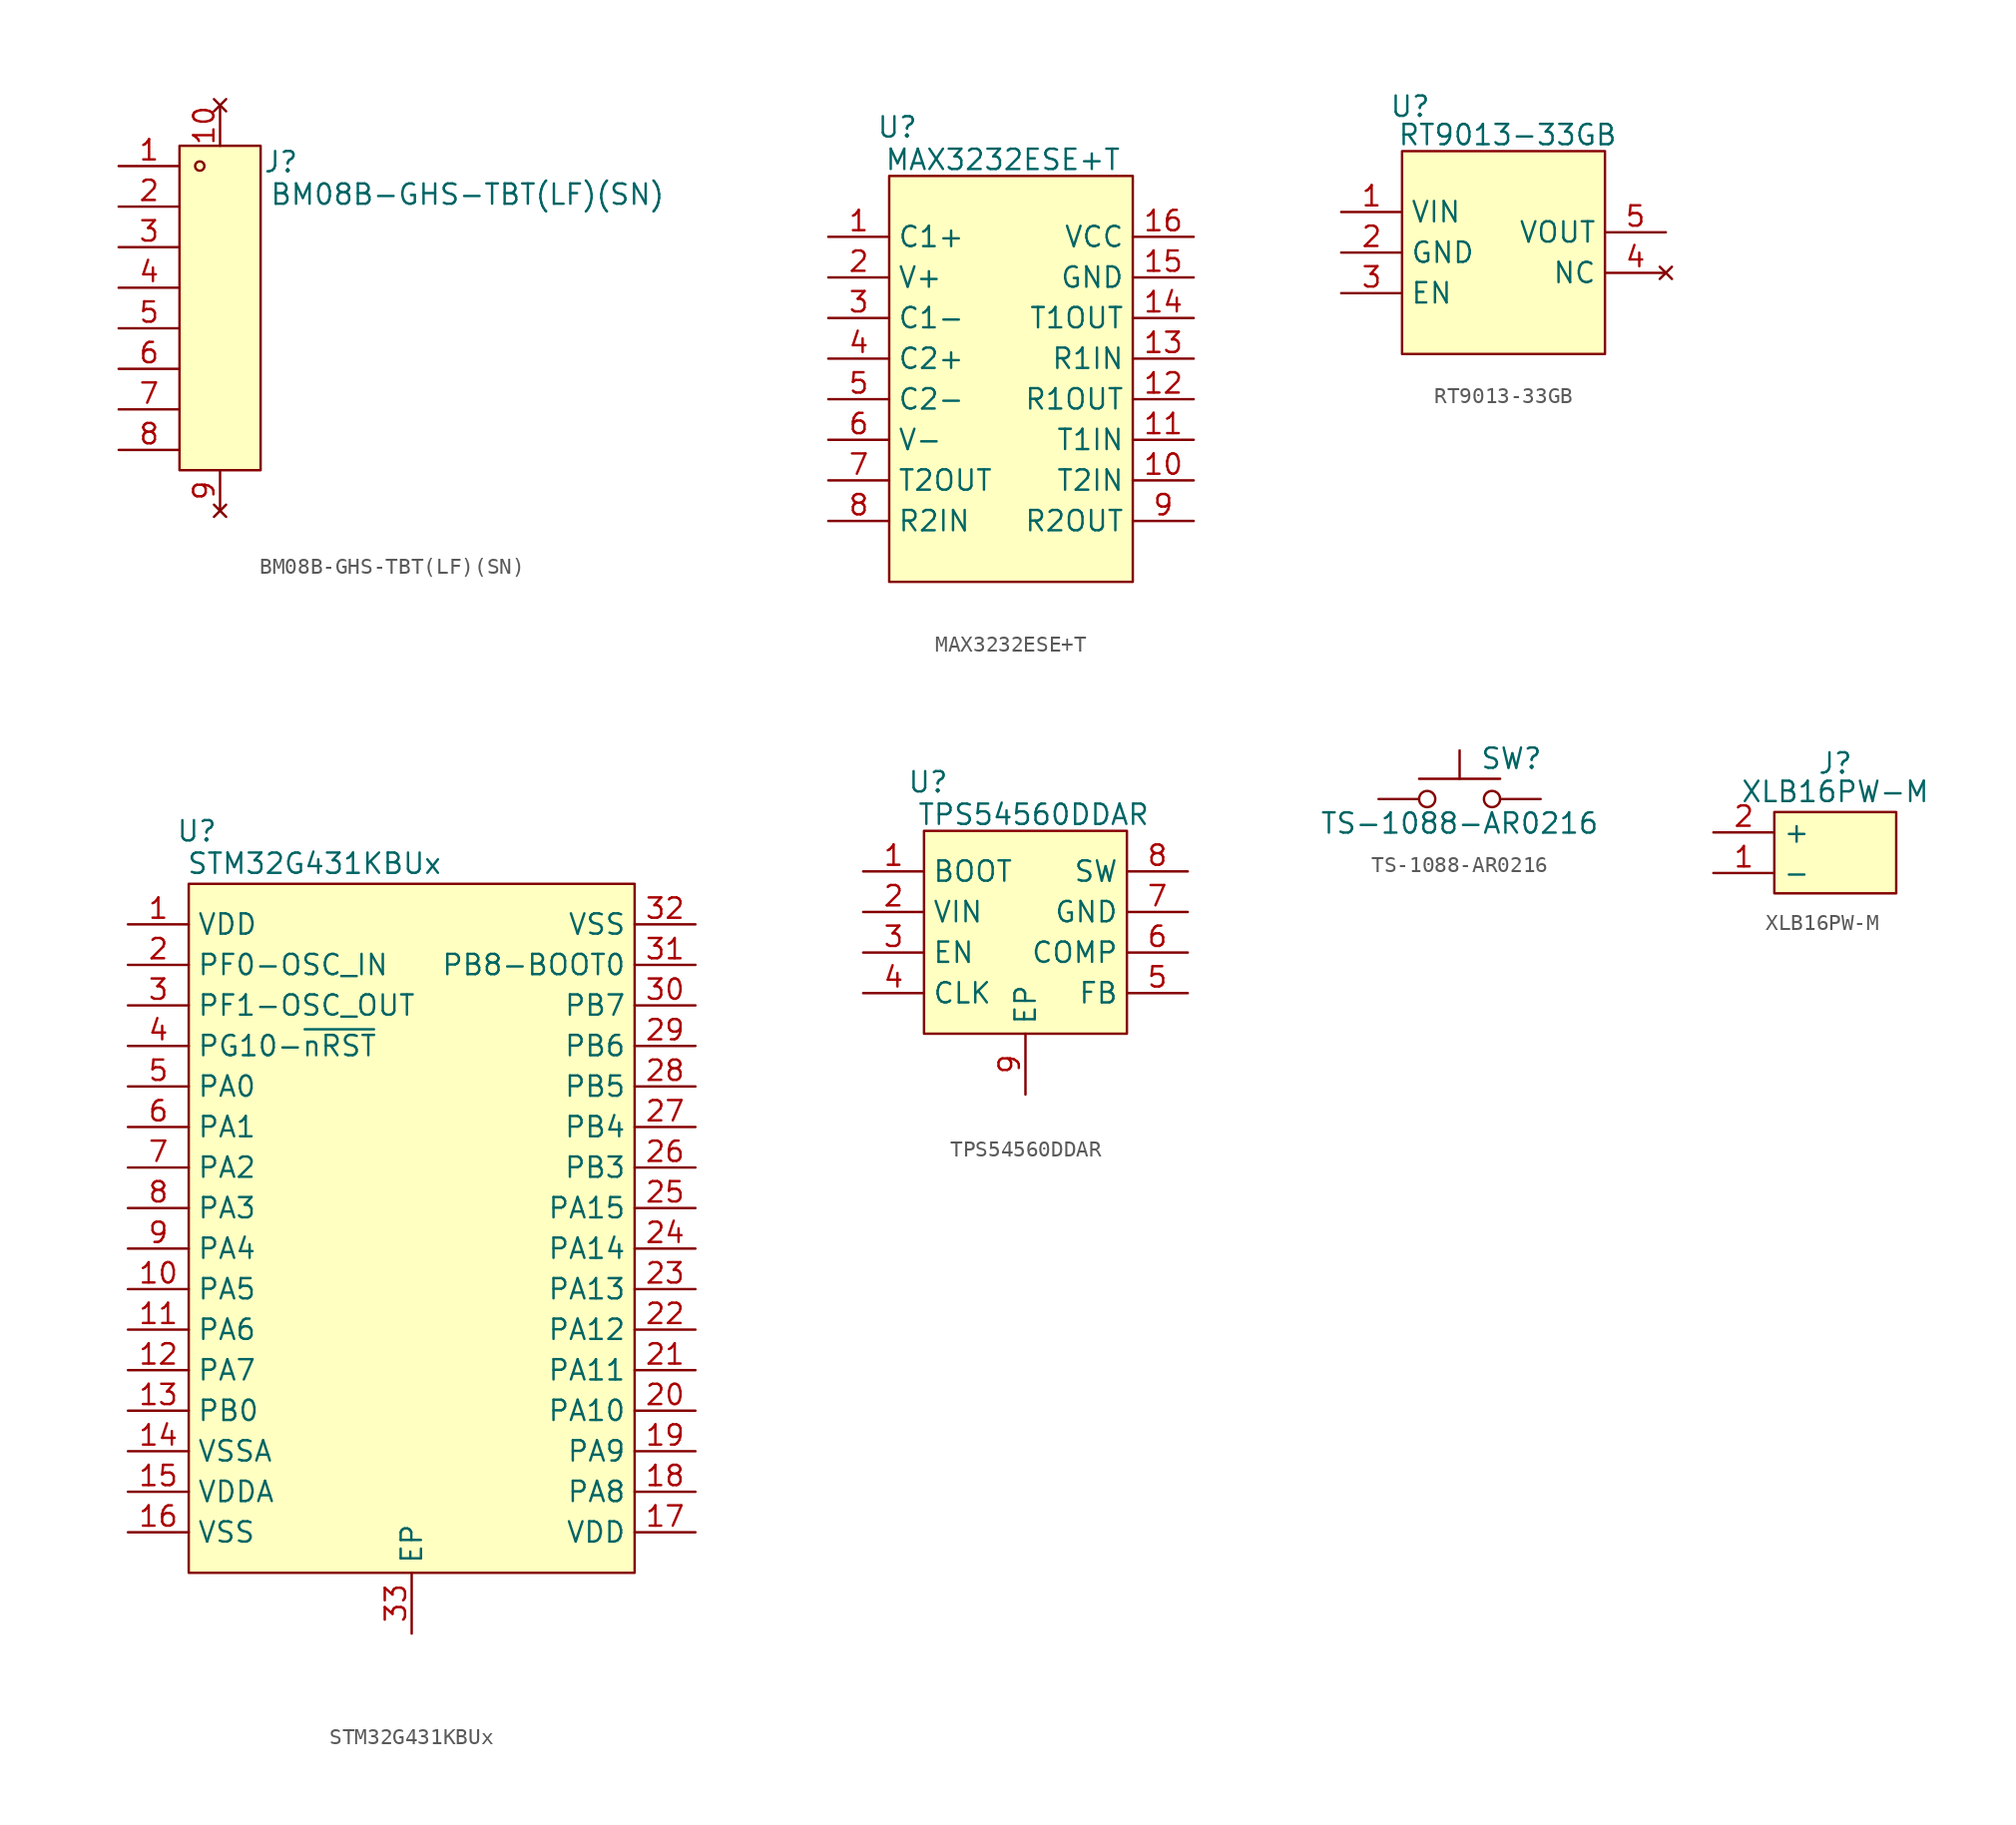
<source format=kicad_sym>
(kicad_symbol_lib
  (version 20241209)
  (generator "kicad_symbol_editor")
  (generator_version "9.0")
  (symbol "BM08B-GHS-TBT(LF)(SN)"
    (property "Reference" "J"
      (at 3.81 9.144 0)
      (effects (font (size 1.27 1.27))))
    (property "Value" "BM08B-GHS-TBT(LF)(SN)"
      (at 15.494 7.112 0)
      (effects (font (size 1.27 1.27))))
    (symbol "BM08B-GHS-TBT(LF)(SN)_0_0"
      (pin free line (at -6.35 8.89 0) (length 3.81) (name "" (effects (font (size 1.27 1.27)))) (number "1" (effects (font (size 1.27 1.27)))))
      (pin free line (at -6.35 6.35 0) (length 3.81) (name "" (effects (font (size 1.27 1.27)))) (number "2" (effects (font (size 1.27 1.27)))))
      (pin free line (at -6.35 3.81 0) (length 3.81) (name "" (effects (font (size 1.27 1.27)))) (number "3" (effects (font (size 1.27 1.27)))))
      (pin free line (at -6.35 1.27 0) (length 3.81) (name "" (effects (font (size 1.27 1.27)))) (number "4" (effects (font (size 1.27 1.27)))))
      (pin free line (at -6.35 -1.27 0) (length 3.81) (name "" (effects (font (size 1.27 1.27)))) (number "5" (effects (font (size 1.27 1.27)))))
      (pin free line (at -6.35 -3.81 0) (length 3.81) (name "" (effects (font (size 1.27 1.27)))) (number "6" (effects (font (size 1.27 1.27)))))
      (pin free line (at -6.35 -6.35 0) (length 3.81) (name "" (effects (font (size 1.27 1.27)))) (number "7" (effects (font (size 1.27 1.27)))))
      (pin free line (at -6.35 -8.89 0) (length 3.81) (name "" (effects (font (size 1.27 1.27)))) (number "8" (effects (font (size 1.27 1.27)))))
      (pin no_connect line (at 0 12.7 270) (length 2.54) (name "" (effects (font (size 1.27 1.27)))) (number "10" (effects (font (size 1.27 1.27)))))
      (pin no_connect line (at 0 -12.7 90) (length 2.54) (name "" (effects (font (size 1.27 1.27)))) (number "9" (effects (font (size 1.27 1.27))))))
    (symbol "BM08B-GHS-TBT(LF)(SN)_0_1"
      (rectangle (start -2.54 10.16) (end 2.54 -10.16) (stroke (width 0) (type default)) (fill (type background)))
      (circle (center -1.27 8.89) (radius 0.29) (stroke (width 0) (type default)) (fill (type color) (color 0 0 0 0)))))
  (symbol "MAX3232ESE+T"
    (property "Reference" "U"
      (at -7.112 15.748 0)
      (effects (font (size 1.27 1.27))))
    (property "Value" "MAX3232ESE+T"
      (at -0.508 13.716 0)
      (effects (font (size 1.27 1.27))))
    (symbol "MAX3232ESE+T_0_0"
      (pin passive line (at -11.43 8.89 0) (length 3.81) (name "C1+" (effects (font (size 1.27 1.27)))) (number "1" (effects (font (size 1.27 1.27)))))
      (pin power_out line (at -11.43 6.35 0) (length 3.81) (name "V+" (effects (font (size 1.27 1.27)))) (number "2" (effects (font (size 1.27 1.27)))))
      (pin passive line (at -11.43 3.81 0) (length 3.81) (name "C1-" (effects (font (size 1.27 1.27)))) (number "3" (effects (font (size 1.27 1.27)))))
      (pin passive line (at -11.43 1.27 0) (length 3.81) (name "C2+" (effects (font (size 1.27 1.27)))) (number "4" (effects (font (size 1.27 1.27)))))
      (pin passive line (at -11.43 -1.27 0) (length 3.81) (name "C2-" (effects (font (size 1.27 1.27)))) (number "5" (effects (font (size 1.27 1.27)))))
      (pin passive line (at -11.43 -3.81 0) (length 3.81) (name "V-" (effects (font (size 1.27 1.27)))) (number "6" (effects (font (size 1.27 1.27)))))
      (pin output line (at -11.43 -6.35 0) (length 3.81) (name "T2OUT" (effects (font (size 1.27 1.27)))) (number "7" (effects (font (size 1.27 1.27)))))
      (pin input line (at -11.43 -8.89 0) (length 3.81) (name "R2IN" (effects (font (size 1.27 1.27)))) (number "8" (effects (font (size 1.27 1.27)))))
      (pin power_in line (at 11.43 8.89 180) (length 3.81) (name "VCC" (effects (font (size 1.27 1.27)))) (number "16" (effects (font (size 1.27 1.27)))))
      (pin passive line (at 11.43 6.35 180) (length 3.81) (name "GND" (effects (font (size 1.27 1.27)))) (number "15" (effects (font (size 1.27 1.27)))))
      (pin input line (at 11.43 3.81 180) (length 3.81) (name "T1OUT" (effects (font (size 1.27 1.27)))) (number "14" (effects (font (size 1.27 1.27)))))
      (pin input line (at 11.43 1.27 180) (length 3.81) (name "R1IN" (effects (font (size 1.27 1.27)))) (number "13" (effects (font (size 1.27 1.27)))))
      (pin output line (at 11.43 -1.27 180) (length 3.81) (name "R1OUT" (effects (font (size 1.27 1.27)))) (number "12" (effects (font (size 1.27 1.27)))))
      (pin input line (at 11.43 -3.81 180) (length 3.81) (name "T1IN" (effects (font (size 1.27 1.27)))) (number "11" (effects (font (size 1.27 1.27)))))
      (pin input line (at 11.43 -6.35 180) (length 3.81) (name "T2IN" (effects (font (size 1.27 1.27)))) (number "10" (effects (font (size 1.27 1.27)))))
      (pin output line (at 11.43 -8.89 180) (length 3.81) (name "R2OUT" (effects (font (size 1.27 1.27)))) (number "9" (effects (font (size 1.27 1.27))))))
    (symbol "MAX3232ESE+T_0_1"
      (rectangle (start -7.62 12.7) (end 7.62 -12.7) (stroke (width 0) (type default)) (fill (type background)))))
  (symbol "RT9013-33GB"
    (property "Reference" "U"
      (at -5.842 9.144 0)
      (effects (font (size 1.27 1.27))))
    (property "Value" "RT9013-33GB"
      (at 0.254 7.366 0)
      (effects (font (size 1.27 1.27))))
    (symbol "RT9013-33GB_0_0"
      (pin power_in line (at -10.16 2.54 0) (length 3.81) (name "VIN" (effects (font (size 1.27 1.27)))) (number "1" (effects (font (size 1.27 1.27)))))
      (pin passive line (at -10.16 0 0) (length 3.81) (name "GND" (effects (font (size 1.27 1.27)))) (number "2" (effects (font (size 1.27 1.27)))))
      (pin input line (at -10.16 -2.54 0) (length 3.81) (name "EN" (effects (font (size 1.27 1.27)))) (number "3" (effects (font (size 1.27 1.27)))))
      (pin power_out line (at 10.16 1.27 180) (length 3.81) (name "VOUT" (effects (font (size 1.27 1.27)))) (number "5" (effects (font (size 1.27 1.27)))))
      (pin no_connect line (at 10.16 -1.27 180) (length 3.81) (name "NC" (effects (font (size 1.27 1.27)))) (number "4" (effects (font (size 1.27 1.27))))))
    (symbol "RT9013-33GB_0_1"
      (rectangle (start -6.35 6.35) (end 6.35 -6.35) (stroke (width 0) (type default)) (fill (type background)))))
  (symbol "STM32G431KBUx"
    (property "Reference" "U"
      (at -13.462 24.892 0)
      (effects (font (size 1.27 1.27))))
    (property "Value" "STM32G431KBUx"
      (at -6.096 22.86 0)
      (effects (font (size 1.27 1.27))))
    (symbol "STM32G431KBUx_0_0"
      (pin power_in line (at -17.78 19.05 0) (length 3.81) (name "VDD" (effects (font (size 1.27 1.27)))) (number "1" (effects (font (size 1.27 1.27)))))
      (pin bidirectional line (at -17.78 16.51 0) (length 3.81) (name "PF0-OSC_IN" (effects (font (size 1.27 1.27)))) (number "2" (effects (font (size 1.27 1.27)))))
      (pin bidirectional line (at -17.78 13.97 0) (length 3.81) (name "PF1-OSC_OUT" (effects (font (size 1.27 1.27)))) (number "3" (effects (font (size 1.27 1.27)))))
      (pin bidirectional line (at -17.78 8.89 0) (length 3.81) (name "PA0" (effects (font (size 1.27 1.27)))) (number "5" (effects (font (size 1.27 1.27)))))
      (pin bidirectional line (at -17.78 6.35 0) (length 3.81) (name "PA1" (effects (font (size 1.27 1.27)))) (number "6" (effects (font (size 1.27 1.27)))))
      (pin bidirectional line (at -17.78 3.81 0) (length 3.81) (name "PA2" (effects (font (size 1.27 1.27)))) (number "7" (effects (font (size 1.27 1.27)))))
      (pin bidirectional line (at -17.78 1.27 0) (length 3.81) (name "PA3" (effects (font (size 1.27 1.27)))) (number "8" (effects (font (size 1.27 1.27)))))
      (pin bidirectional line (at -17.78 -1.27 0) (length 3.81) (name "PA4" (effects (font (size 1.27 1.27)))) (number "9" (effects (font (size 1.27 1.27)))))
      (pin bidirectional line (at -17.78 -3.81 0) (length 3.81) (name "PA5" (effects (font (size 1.27 1.27)))) (number "10" (effects (font (size 1.27 1.27)))))
      (pin bidirectional line (at -17.78 -6.35 0) (length 3.81) (name "PA6" (effects (font (size 1.27 1.27)))) (number "11" (effects (font (size 1.27 1.27)))))
      (pin bidirectional line (at -17.78 -8.89 0) (length 3.81) (name "PA7" (effects (font (size 1.27 1.27)))) (number "12" (effects (font (size 1.27 1.27)))))
      (pin bidirectional line (at -17.78 -11.43 0) (length 3.81) (name "PB0" (effects (font (size 1.27 1.27)))) (number "13" (effects (font (size 1.27 1.27)))))
      (pin passive line (at -17.78 -13.97 0) (length 3.81) (name "VSSA" (effects (font (size 1.27 1.27)))) (number "14" (effects (font (size 1.27 1.27)))))
      (pin power_in line (at -17.78 -16.51 0) (length 3.81) (name "VDDA" (effects (font (size 1.27 1.27)))) (number "15" (effects (font (size 1.27 1.27)))))
      (pin passive line (at -17.78 -19.05 0) (length 3.81) (name "VSS" (effects (font (size 1.27 1.27)))) (number "16" (effects (font (size 1.27 1.27)))))
      (pin passive line (at 0 -25.4 90) (length 3.81) (name "EP" (effects (font (size 1.27 1.27)))) (number "33" (effects (font (size 1.27 1.27)))))
      (pin passive line (at 17.78 19.05 180) (length 3.81) (name "VSS" (effects (font (size 1.27 1.27)))) (number "32" (effects (font (size 1.27 1.27)))))
      (pin bidirectional line (at 17.78 16.51 180) (length 3.81) (name "PB8-BOOT0" (effects (font (size 1.27 1.27)))) (number "31" (effects (font (size 1.27 1.27)))))
      (pin bidirectional line (at 17.78 13.97 180) (length 3.81) (name "PB7" (effects (font (size 1.27 1.27)))) (number "30" (effects (font (size 1.27 1.27)))))
      (pin bidirectional line (at 17.78 11.43 180) (length 3.81) (name "PB6" (effects (font (size 1.27 1.27)))) (number "29" (effects (font (size 1.27 1.27)))))
      (pin bidirectional line (at 17.78 8.89 180) (length 3.81) (name "PB5" (effects (font (size 1.27 1.27)))) (number "28" (effects (font (size 1.27 1.27)))))
      (pin bidirectional line (at 17.78 6.35 180) (length 3.81) (name "PB4" (effects (font (size 1.27 1.27)))) (number "27" (effects (font (size 1.27 1.27)))))
      (pin bidirectional line (at 17.78 3.81 180) (length 3.81) (name "PB3" (effects (font (size 1.27 1.27)))) (number "26" (effects (font (size 1.27 1.27)))))
      (pin bidirectional line (at 17.78 1.27 180) (length 3.81) (name "PA15" (effects (font (size 1.27 1.27)))) (number "25" (effects (font (size 1.27 1.27)))))
      (pin bidirectional line (at 17.78 -1.27 180) (length 3.81) (name "PA14" (effects (font (size 1.27 1.27)))) (number "24" (effects (font (size 1.27 1.27)))))
      (pin bidirectional line (at 17.78 -3.81 180) (length 3.81) (name "PA13" (effects (font (size 1.27 1.27)))) (number "23" (effects (font (size 1.27 1.27)))))
      (pin bidirectional line (at 17.78 -6.35 180) (length 3.81) (name "PA12" (effects (font (size 1.27 1.27)))) (number "22" (effects (font (size 1.27 1.27)))))
      (pin bidirectional line (at 17.78 -8.89 180) (length 3.81) (name "PA11" (effects (font (size 1.27 1.27)))) (number "21" (effects (font (size 1.27 1.27)))))
      (pin bidirectional line (at 17.78 -11.43 180) (length 3.81) (name "PA10" (effects (font (size 1.27 1.27)))) (number "20" (effects (font (size 1.27 1.27)))))
      (pin bidirectional line (at 17.78 -13.97 180) (length 3.81) (name "PA9" (effects (font (size 1.27 1.27)))) (number "19" (effects (font (size 1.27 1.27)))))
      (pin bidirectional line (at 17.78 -16.51 180) (length 3.81) (name "PA8" (effects (font (size 1.27 1.27)))) (number "18" (effects (font (size 1.27 1.27)))))
      (pin power_in line (at 17.78 -19.05 180) (length 3.81) (name "VDD" (effects (font (size 1.27 1.27)))) (number "17" (effects (font (size 1.27 1.27))))))
    (symbol "STM32G431KBUx_0_1"
      (rectangle (start -13.97 21.59) (end 13.97 -21.59) (stroke (width 0) (type default)) (fill (type background))))
    (symbol "STM32G431KBUx_1_0"
      (pin bidirectional line (at -17.78 11.43 0) (length 3.81) (name "PG10-~{nRST}" (effects (font (size 1.27 1.27)))) (number "4" (effects (font (size 1.27 1.27)))))))
  (symbol "TPS54560DDAR"
    (property "Reference" "U"
      (at -6.096 9.398 0)
      (effects (font (size 1.27 1.27))))
    (property "Value" "TPS54560DDAR"
      (at 0.508 7.366 0)
      (effects (font (size 1.27 1.27))))
    (symbol "TPS54560DDAR_0_0"
      (pin input line (at -10.16 3.81 0) (length 3.81) (name "BOOT" (effects (font (size 1.27 1.27)))) (number "1" (effects (font (size 1.27 1.27)))))
      (pin power_in line (at -10.16 1.27 0) (length 3.81) (name "VIN" (effects (font (size 1.27 1.27)))) (number "2" (effects (font (size 1.27 1.27)))))
      (pin input line (at -10.16 -1.27 0) (length 3.81) (name "EN" (effects (font (size 1.27 1.27)))) (number "3" (effects (font (size 1.27 1.27)))))
      (pin input line (at -10.16 -3.81 0) (length 3.81) (name "CLK" (effects (font (size 1.27 1.27)))) (number "4" (effects (font (size 1.27 1.27)))))
      (pin passive line (at 0 -10.16 90) (length 3.81) (name "EP" (effects (font (size 1.27 1.27)))) (number "9" (effects (font (size 1.27 1.27)))))
      (pin output line (at 10.16 3.81 180) (length 3.81) (name "SW" (effects (font (size 1.27 1.27)))) (number "8" (effects (font (size 1.27 1.27)))))
      (pin passive line (at 10.16 1.27 180) (length 3.81) (name "GND" (effects (font (size 1.27 1.27)))) (number "7" (effects (font (size 1.27 1.27)))))
      (pin input line (at 10.16 -1.27 180) (length 3.81) (name "COMP" (effects (font (size 1.27 1.27)))) (number "6" (effects (font (size 1.27 1.27)))))
      (pin input line (at 10.16 -3.81 180) (length 3.81) (name "FB" (effects (font (size 1.27 1.27)))) (number "5" (effects (font (size 1.27 1.27))))))
    (symbol "TPS54560DDAR_0_1"
      (rectangle (start -6.35 6.35) (end 6.35 -6.35) (stroke (width 0) (type default)) (fill (type background)))))
  (symbol "TS-1088-AR0216"
    (pin_numbers
      (hide yes))
    (pin_names
      (offset 1.016)
      (hide yes))
    (property "Reference" "SW"
      (at 1.27 2.54 0)
      (effects (font (size 1.27 1.27)) (justify left)))
    (property "Value" "TS-1088-AR0216"
      (at 0 -1.524 0)
      (effects (font (size 1.27 1.27))))
    (symbol "TS-1088-AR0216_0_1"
      (circle (center -2.032 0) (radius 0.508) (stroke (width 0) (type default)) (fill (type none)))
      (polyline (pts (xy 0 1.27) (xy 0 3.048)) (stroke (width 0) (type default)) (fill (type none)))
      (circle (center 2.032 0) (radius 0.508) (stroke (width 0) (type default)) (fill (type none)))
      (polyline (pts (xy 2.54 1.27) (xy -2.54 1.27)) (stroke (width 0) (type default)) (fill (type none)))
      (pin passive line (at -5.08 0 0) (length 2.54) (name "1" (effects (font (size 1.27 1.27)))) (number "1" (effects (font (size 1.27 1.27)))))
      (pin passive line (at 5.08 0 180) (length 2.54) (name "2" (effects (font (size 1.27 1.27)))) (number "2" (effects (font (size 1.27 1.27)))))))
  (symbol "XLB16PW-M"
    (property "Reference" "J"
      (at 0 5.588 0)
      (effects (font (size 1.27 1.27))))
    (property "Value" "XLB16PW-M"
      (at 0 3.81 0)
      (effects (font (size 1.27 1.27))))
    (symbol "XLB16PW-M_0_1"
      (rectangle (start -3.81 2.54) (end 3.81 -2.54) (stroke (width 0) (type default)) (fill (type background))))
    (symbol "XLB16PW-M_1_0"
      (pin free line (at -7.62 1.27 0) (length 3.81) (name "+" (effects (font (size 1.27 1.27)))) (number "2" (effects (font (size 1.27 1.27)))))
      (pin free line (at -7.62 -1.27 0) (length 3.81) (name "-" (effects (font (size 1.27 1.27)))) (number "1" (effects (font (size 1.27 1.27))))))))
</source>
